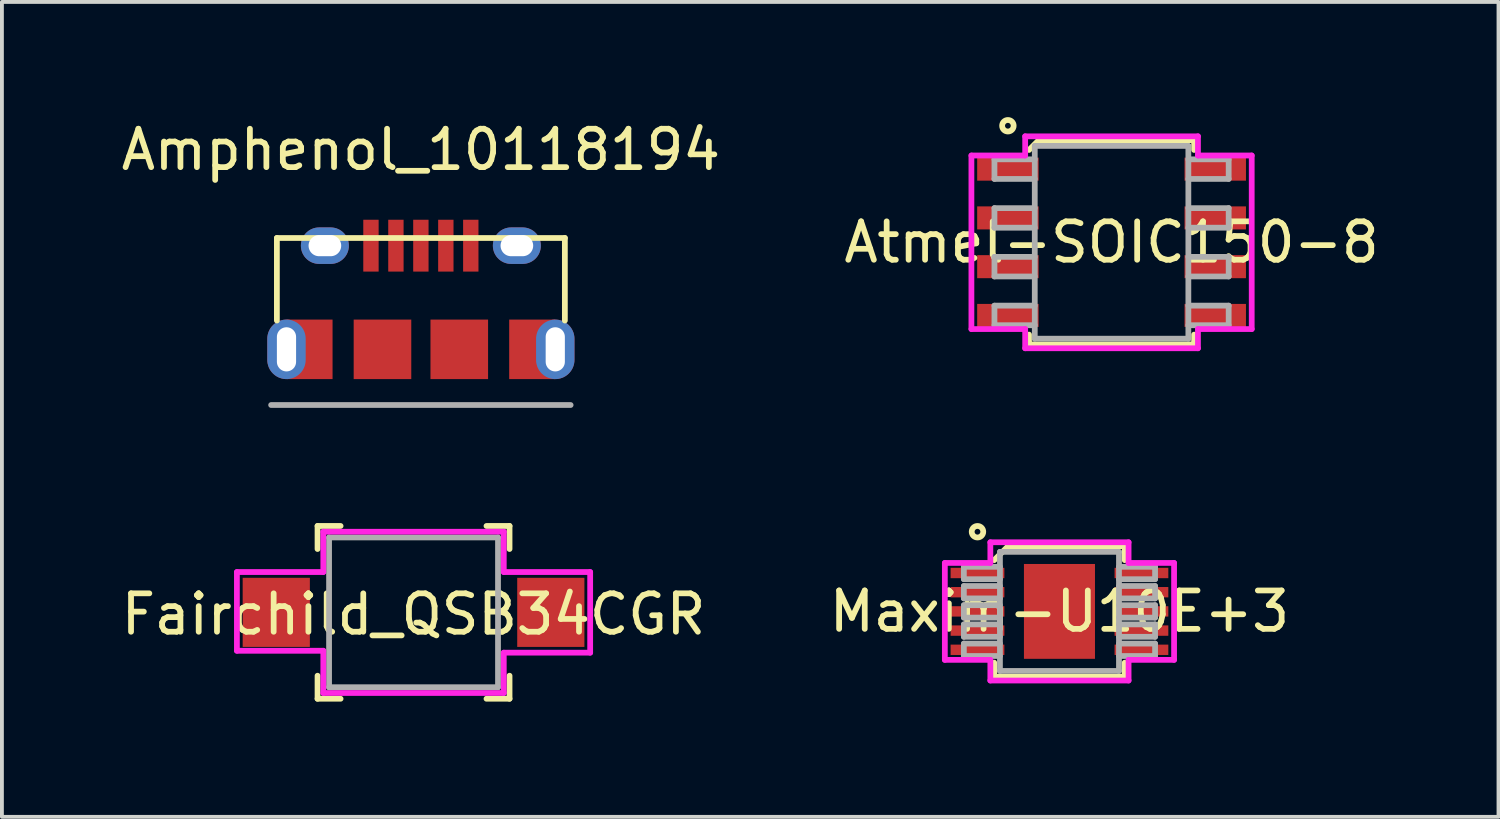
<source format=kicad_pcb>
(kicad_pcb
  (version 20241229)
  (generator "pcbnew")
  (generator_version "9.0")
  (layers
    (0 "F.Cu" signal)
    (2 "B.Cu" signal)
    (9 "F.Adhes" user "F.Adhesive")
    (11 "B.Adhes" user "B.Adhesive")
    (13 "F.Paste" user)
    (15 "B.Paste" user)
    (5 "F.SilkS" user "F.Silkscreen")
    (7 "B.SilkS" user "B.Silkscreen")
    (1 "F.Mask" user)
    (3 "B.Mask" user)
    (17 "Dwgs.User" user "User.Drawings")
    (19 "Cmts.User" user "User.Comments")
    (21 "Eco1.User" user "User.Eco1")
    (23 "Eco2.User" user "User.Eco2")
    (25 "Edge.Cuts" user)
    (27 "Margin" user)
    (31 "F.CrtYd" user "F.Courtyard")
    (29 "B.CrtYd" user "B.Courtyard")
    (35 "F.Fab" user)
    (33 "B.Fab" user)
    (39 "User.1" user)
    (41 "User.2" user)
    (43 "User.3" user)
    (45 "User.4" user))
  (footprint "Fairchild_QSB34CGR"
    (layer "F.Cu")
    (at 7.72 12.898)
    (property "Reference" "Fairchild_QSB34CGR" (at 0 0.05 0) (layer "F.SilkS") (effects (font (size 1 1) (thickness 0.15))))
    (attr through_hole)
    (fp_line (start -2.5 -2.25) (end -2.5 -1.65) (stroke (width 0.15) (type solid)) (layer "F.SilkS"))
    (fp_line (start -2.5 -2.25) (end -1.9 -2.25) (stroke (width 0.15) (type solid)) (layer "F.SilkS"))
    (fp_line (start -2.5 2.25) (end -2.5 1.65) (stroke (width 0.15) (type solid)) (layer "F.SilkS"))
    (fp_line (start -2.5 2.25) (end -1.9 2.25) (stroke (width 0.15) (type solid)) (layer "F.SilkS"))
    (fp_line (start 2.5 -2.25) (end 1.9 -2.25) (stroke (width 0.15) (type solid)) (layer "F.SilkS"))
    (fp_line (start 2.5 -2.25) (end 2.5 -1.65) (stroke (width 0.15) (type solid)) (layer "F.SilkS"))
    (fp_line (start 2.5 2.25) (end 1.9 2.25) (stroke (width 0.15) (type solid)) (layer "F.SilkS"))
    (fp_line (start 2.5 2.25) (end 2.5 1.65) (stroke (width 0.15) (type solid)) (layer "F.SilkS"))
    (fp_line (start -4.6 -1.05) (end -4.6 1) (stroke (width 0.15) (type solid)) (layer "F.CrtYd"))
    (fp_line (start -4.6 1) (end -2.35 1) (stroke (width 0.15) (type solid)) (layer "F.CrtYd"))
    (fp_line (start -2.35 -2.1) (end -2.35 -1.05) (stroke (width 0.15) (type solid)) (layer "F.CrtYd"))
    (fp_line (start -2.35 -1.05) (end -4.6 -1.05) (stroke (width 0.15) (type solid)) (layer "F.CrtYd"))
    (fp_line (start -2.35 1) (end -2.35 2.1) (stroke (width 0.15) (type solid)) (layer "F.CrtYd"))
    (fp_line (start -2.35 2.1) (end 2.35 2.1) (stroke (width 0.15) (type solid)) (layer "F.CrtYd"))
    (fp_line (start 2.35 -2.1) (end -2.35 -2.1) (stroke (width 0.15) (type solid)) (layer "F.CrtYd"))
    (fp_line (start 2.35 -1.05) (end 2.35 -2.1) (stroke (width 0.15) (type solid)) (layer "F.CrtYd"))
    (fp_line (start 2.35 1.05) (end 4.6 1.05) (stroke (width 0.15) (type solid)) (layer "F.CrtYd"))
    (fp_line (start 2.35 2.1) (end 2.35 1.05) (stroke (width 0.15) (type solid)) (layer "F.CrtYd"))
    (fp_line (start 4.6 -1.05) (end 2.35 -1.05) (stroke (width 0.15) (type solid)) (layer "F.CrtYd"))
    (fp_line (start 4.6 1.05) (end 4.6 -1.05) (stroke (width 0.15) (type solid)) (layer "F.CrtYd"))
    (fp_line (start -2.2 -1.95) (end 2.2 -1.95) (stroke (width 0.15) (type solid)) (layer "F.Fab"))
    (fp_line (start -2.2 1.95) (end -2.2 -1.95) (stroke (width 0.15) (type solid)) (layer "F.Fab"))
    (fp_line (start 2.2 -1.95) (end 2.2 1.95) (stroke (width 0.15) (type solid)) (layer "F.Fab"))
    (fp_line (start 2.2 1.95) (end -2.2 1.95) (stroke (width 0.15) (type solid)) (layer "F.Fab"))
    (pad "1" smd rect (at 3.575 0) (size 1.75 1.8) (layers "F.Cu" "F.Mask" "F.Paste"))
    (pad "2" smd rect (at -3.575 0) (size 1.75 1.8) (layers "F.Cu" "F.Mask" "F.Paste")))
  (footprint "Atmel-SOIC150-8"
    (layer "F.Cu")
    (at 25.899 3.26)
    (property "Reference" "Atmel-SOIC150-8" (at 0 0 0) (layer "F.SilkS") (effects (font (size 1 1) (thickness 0.15))))
    (attr through_hole)
    (fp_line (start -2.15 -2.405) (end -1.895 -2.66) (stroke (width 0.15) (type solid)) (layer "F.SilkS"))
    (fp_line (start -2.15 2.66) (end -2.15 2.405) (stroke (width 0.15) (type solid)) (layer "F.SilkS"))
    (fp_line (start -1.895 -2.66) (end 2.15 -2.66) (stroke (width 0.15) (type solid)) (layer "F.SilkS"))
    (fp_line (start 2.15 -2.66) (end 2.15 -2.405) (stroke (width 0.15) (type solid)) (layer "F.SilkS"))
    (fp_line (start 2.15 2.405) (end 2.15 2.66) (stroke (width 0.15) (type solid)) (layer "F.SilkS"))
    (fp_line (start 2.15 2.66) (end -2.15 2.66) (stroke (width 0.15) (type solid)) (layer "F.SilkS"))
    (fp_circle (center -2.7 -3.035) (end -2.7 -2.885) (stroke (width 0.15) (type solid)) (fill no) (layer "F.SilkS"))
    (fp_line (start -3.65 -2.26) (end -2.25 -2.26) (stroke (width 0.15) (type solid)) (layer "F.CrtYd"))
    (fp_line (start -3.65 2.26) (end -3.65 -2.26) (stroke (width 0.15) (type solid)) (layer "F.CrtYd"))
    (fp_line (start -2.25 -2.76) (end 2.25 -2.76) (stroke (width 0.15) (type solid)) (layer "F.CrtYd"))
    (fp_line (start -2.25 -2.26) (end -2.25 -2.76) (stroke (width 0.15) (type solid)) (layer "F.CrtYd"))
    (fp_line (start -2.25 2.26) (end -3.65 2.26) (stroke (width 0.15) (type solid)) (layer "F.CrtYd"))
    (fp_line (start -2.25 2.76) (end -2.25 2.26) (stroke (width 0.15) (type solid)) (layer "F.CrtYd"))
    (fp_line (start 2.25 -2.76) (end 2.25 -2.26) (stroke (width 0.15) (type solid)) (layer "F.CrtYd"))
    (fp_line (start 2.25 -2.26) (end 3.65 -2.26) (stroke (width 0.15) (type solid)) (layer "F.CrtYd"))
    (fp_line (start 2.25 2.26) (end 2.25 2.76) (stroke (width 0.15) (type solid)) (layer "F.CrtYd"))
    (fp_line (start 2.25 2.76) (end -2.25 2.76) (stroke (width 0.15) (type solid)) (layer "F.CrtYd"))
    (fp_line (start 3.65 -2.26) (end 3.65 2.26) (stroke (width 0.15) (type solid)) (layer "F.CrtYd"))
    (fp_line (start 3.65 2.26) (end 2.25 2.26) (stroke (width 0.15) (type solid)) (layer "F.CrtYd"))
    (fp_line (start -3.05 -2.16) (end -3.05 -1.65) (stroke (width 0.15) (type solid)) (layer "F.Fab"))
    (fp_line (start -3.05 -1.65) (end -2 -1.65) (stroke (width 0.15) (type solid)) (layer "F.Fab"))
    (fp_line (start -3.05 -0.89) (end -3.05 -0.38) (stroke (width 0.15) (type solid)) (layer "F.Fab"))
    (fp_line (start -3.05 -0.38) (end -2 -0.38) (stroke (width 0.15) (type solid)) (layer "F.Fab"))
    (fp_line (start -3.05 0.38) (end -3.05 0.89) (stroke (width 0.15) (type solid)) (layer "F.Fab"))
    (fp_line (start -3.05 0.89) (end -2 0.89) (stroke (width 0.15) (type solid)) (layer "F.Fab"))
    (fp_line (start -3.05 1.65) (end -3.05 2.16) (stroke (width 0.15) (type solid)) (layer "F.Fab"))
    (fp_line (start -3.05 2.16) (end -2 2.16) (stroke (width 0.15) (type solid)) (layer "F.Fab"))
    (fp_line (start -2 -2.51) (end 2 -2.51) (stroke (width 0.15) (type solid)) (layer "F.Fab"))
    (fp_line (start -2 -2.16) (end -3.05 -2.16) (stroke (width 0.15) (type solid)) (layer "F.Fab"))
    (fp_line (start -2 -0.89) (end -3.05 -0.89) (stroke (width 0.15) (type solid)) (layer "F.Fab"))
    (fp_line (start -2 0.38) (end -3.05 0.38) (stroke (width 0.15) (type solid)) (layer "F.Fab"))
    (fp_line (start -2 1.65) (end -3.05 1.65) (stroke (width 0.15) (type solid)) (layer "F.Fab"))
    (fp_line (start -2 2.51) (end -2 -2.51) (stroke (width 0.15) (type solid)) (layer "F.Fab"))
    (fp_line (start 2 -2.51) (end 2 2.51) (stroke (width 0.15) (type solid)) (layer "F.Fab"))
    (fp_line (start 2 -1.65) (end 3.05 -1.65) (stroke (width 0.15) (type solid)) (layer "F.Fab"))
    (fp_line (start 2 -0.38) (end 3.05 -0.38) (stroke (width 0.15) (type solid)) (layer "F.Fab"))
    (fp_line (start 2 0.89) (end 3.05 0.89) (stroke (width 0.15) (type solid)) (layer "F.Fab"))
    (fp_line (start 2 2.16) (end 3.05 2.16) (stroke (width 0.15) (type solid)) (layer "F.Fab"))
    (fp_line (start 2 2.51) (end -2 2.51) (stroke (width 0.15) (type solid)) (layer "F.Fab"))
    (fp_line (start 3.05 -2.16) (end 2 -2.16) (stroke (width 0.15) (type solid)) (layer "F.Fab"))
    (fp_line (start 3.05 -1.65) (end 3.05 -2.16) (stroke (width 0.15) (type solid)) (layer "F.Fab"))
    (fp_line (start 3.05 -0.89) (end 2 -0.89) (stroke (width 0.15) (type solid)) (layer "F.Fab"))
    (fp_line (start 3.05 -0.38) (end 3.05 -0.89) (stroke (width 0.15) (type solid)) (layer "F.Fab"))
    (fp_line (start 3.05 0.38) (end 2 0.38) (stroke (width 0.15) (type solid)) (layer "F.Fab"))
    (fp_line (start 3.05 0.89) (end 3.05 0.38) (stroke (width 0.15) (type solid)) (layer "F.Fab"))
    (fp_line (start 3.05 1.65) (end 2 1.65) (stroke (width 0.15) (type solid)) (layer "F.Fab"))
    (fp_line (start 3.05 2.16) (end 3.05 1.65) (stroke (width 0.15) (type solid)) (layer "F.Fab"))
    (pad "1" smd rect (at -2.7 -1.905) (size 1.6 0.6) (layers "F.Cu" "F.Mask" "F.Paste"))
    (pad "2" smd rect (at -2.7 -0.635) (size 1.6 0.6) (layers "F.Cu" "F.Mask" "F.Paste"))
    (pad "3" smd rect (at -2.7 0.635) (size 1.6 0.6) (layers "F.Cu" "F.Mask" "F.Paste"))
    (pad "4" smd rect (at -2.7 1.905) (size 1.6 0.6) (layers "F.Cu" "F.Mask" "F.Paste"))
    (pad "5" smd rect (at 2.7 1.905) (size 1.6 0.6) (layers "F.Cu" "F.Mask" "F.Paste"))
    (pad "6" smd rect (at 2.7 0.635) (size 1.6 0.6) (layers "F.Cu" "F.Mask" "F.Paste"))
    (pad "7" smd rect (at 2.7 -0.635) (size 1.6 0.6) (layers "F.Cu" "F.Mask" "F.Paste"))
    (pad "8" smd rect (at 2.7 -1.905) (size 1.6 0.6) (layers "F.Cu" "F.Mask" "F.Paste")))
  (footprint "Amphenol_10118194"
    (layer "F.Cu")
    (at 7.911 3.348)
    (property "Reference" "Amphenol_10118194" (at 0 -2.5 0) (layer "F.SilkS") (effects (font (size 1 1) (thickness 0.15))))
    (attr through_hole)
    (fp_line (start -3.75 -0.2) (end 3.75 -0.2) (stroke (width 0.15) (type solid)) (layer "F.SilkS"))
    (fp_line (start -3.75 1.95) (end -3.75 -0.2) (stroke (width 0.15) (type solid)) (layer "F.SilkS"))
    (fp_line (start 3.75 1.95) (end 3.75 -0.2) (stroke (width 0.15) (type solid)) (layer "F.SilkS"))
    (fp_line (start 3.9 4.15) (end -3.9 4.15) (stroke (width 0.15) (type solid)) (layer "F.Fab"))
    (pad "1" smd rect (at -1.3 0) (size 0.4 1.35) (layers "F.Cu" "F.Mask" "F.Paste"))
    (pad "2" smd rect (at -0.65 0) (size 0.4 1.35) (layers "F.Cu" "F.Mask" "F.Paste"))
    (pad "3" smd rect (at 0 0) (size 0.4 1.35) (layers "F.Cu" "F.Mask" "F.Paste"))
    (pad "4" smd rect (at 0.65 0) (size 0.4 1.35) (layers "F.Cu" "F.Mask" "F.Paste"))
    (pad "5" smd rect (at 1.3 0) (size 0.4 1.35) (layers "F.Cu" "F.Mask" "F.Paste"))
    (pad "6" thru_hole oval (at -3.5 2.7 180) (size 1 1.55) (drill oval 0.5 1.15) (layers "*.Cu" "*.Mask"))
    (pad "6" smd rect (at -2.9 2.7) (size 1.2 1.55) (layers "F.Cu" "F.Mask" "F.Paste"))
    (pad "6" thru_hole oval (at -2.5 0) (size 1.25 0.95) (drill oval 0.85 0.55) (layers "*.Cu" "*.Mask"))
    (pad "6" smd rect (at -1 2.7) (size 1.5 1.55) (layers "F.Cu" "F.Mask" "F.Paste"))
    (pad "6" smd rect (at 1 2.7) (size 1.5 1.55) (layers "F.Cu" "F.Mask" "F.Paste"))
    (pad "6" thru_hole oval (at 2.5 0) (size 1.25 0.95) (drill oval 0.85 0.55) (layers "*.Cu" "*.Mask"))
    (pad "6" smd rect (at 2.9 2.7) (size 1.2 1.55) (layers "F.Cu" "F.Mask" "F.Paste"))
    (pad "6" thru_hole oval (at 3.5 2.7) (size 1 1.55) (drill oval 0.5 1.15) (layers "*.Cu" "*.Mask")))
  (footprint "Maxim-U10E+3"
    (layer "F.Cu")
    (at 24.542 12.873)
    (property "Reference" "Maxim-U10E+3" (at 0 0 0) (layer "F.SilkS") (effects (font (size 1 1) (thickness 0.15))))
    (attr through_hole)
    (fp_line (start -1.7 -1.335) (end -1.335 -1.7) (stroke (width 0.15) (type solid)) (layer "F.SilkS"))
    (fp_line (start -1.7 1.7) (end -1.7 1.335) (stroke (width 0.15) (type solid)) (layer "F.SilkS"))
    (fp_line (start -1.335 -1.7) (end 1.7 -1.7) (stroke (width 0.15) (type solid)) (layer "F.SilkS"))
    (fp_line (start 1.7 -1.7) (end 1.7 -1.335) (stroke (width 0.15) (type solid)) (layer "F.SilkS"))
    (fp_line (start 1.7 1.335) (end 1.7 1.7) (stroke (width 0.15) (type solid)) (layer "F.SilkS"))
    (fp_line (start 1.7 1.7) (end -1.7 1.7) (stroke (width 0.15) (type solid)) (layer "F.SilkS"))
    (fp_circle (center -2.135 -2.075) (end -2.135 -1.925) (stroke (width 0.15) (type solid)) (fill no) (layer "F.SilkS"))
    (fp_line (start -2.985 -1.262) (end -1.8 -1.262) (stroke (width 0.15) (type solid)) (layer "F.CrtYd"))
    (fp_line (start -2.985 1.262) (end -2.985 -1.262) (stroke (width 0.15) (type solid)) (layer "F.CrtYd"))
    (fp_line (start -1.8 -1.8) (end 1.8 -1.8) (stroke (width 0.15) (type solid)) (layer "F.CrtYd"))
    (fp_line (start -1.8 -1.262) (end -1.8 -1.8) (stroke (width 0.15) (type solid)) (layer "F.CrtYd"))
    (fp_line (start -1.8 1.262) (end -2.985 1.262) (stroke (width 0.15) (type solid)) (layer "F.CrtYd"))
    (fp_line (start -1.8 1.8) (end -1.8 1.262) (stroke (width 0.15) (type solid)) (layer "F.CrtYd"))
    (fp_line (start 1.8 -1.8) (end 1.8 -1.262) (stroke (width 0.15) (type solid)) (layer "F.CrtYd"))
    (fp_line (start 1.8 -1.262) (end 2.985 -1.262) (stroke (width 0.15) (type solid)) (layer "F.CrtYd"))
    (fp_line (start 1.8 1.262) (end 1.8 1.8) (stroke (width 0.15) (type solid)) (layer "F.CrtYd"))
    (fp_line (start 1.8 1.8) (end -1.8 1.8) (stroke (width 0.15) (type solid)) (layer "F.CrtYd"))
    (fp_line (start 2.985 -1.262) (end 2.985 1.262) (stroke (width 0.15) (type solid)) (layer "F.CrtYd"))
    (fp_line (start 2.985 1.262) (end 1.8 1.262) (stroke (width 0.15) (type solid)) (layer "F.CrtYd"))
    (fp_line (start -2.49 -1.161) (end -2.49 -0.839) (stroke (width 0.15) (type solid)) (layer "F.Fab"))
    (fp_line (start -2.49 -0.839) (end -1.55 -0.839) (stroke (width 0.15) (type solid)) (layer "F.Fab"))
    (fp_line (start -2.49 -0.661) (end -2.49 -0.339) (stroke (width 0.15) (type solid)) (layer "F.Fab"))
    (fp_line (start -2.49 -0.339) (end -1.55 -0.339) (stroke (width 0.15) (type solid)) (layer "F.Fab"))
    (fp_line (start -2.49 -0.162) (end -2.49 0.162) (stroke (width 0.15) (type solid)) (layer "F.Fab"))
    (fp_line (start -2.49 0.162) (end -1.55 0.162) (stroke (width 0.15) (type solid)) (layer "F.Fab"))
    (fp_line (start -2.49 0.339) (end -2.49 0.661) (stroke (width 0.15) (type solid)) (layer "F.Fab"))
    (fp_line (start -2.49 0.661) (end -1.55 0.661) (stroke (width 0.15) (type solid)) (layer "F.Fab"))
    (fp_line (start -2.49 0.839) (end -2.49 1.161) (stroke (width 0.15) (type solid)) (layer "F.Fab"))
    (fp_line (start -2.49 1.161) (end -1.55 1.161) (stroke (width 0.15) (type solid)) (layer "F.Fab"))
    (fp_line (start -1.55 -1.55) (end 1.55 -1.55) (stroke (width 0.15) (type solid)) (layer "F.Fab"))
    (fp_line (start -1.55 -1.161) (end -2.49 -1.161) (stroke (width 0.15) (type solid)) (layer "F.Fab"))
    (fp_line (start -1.55 -0.661) (end -2.49 -0.661) (stroke (width 0.15) (type solid)) (layer "F.Fab"))
    (fp_line (start -1.55 -0.162) (end -2.49 -0.162) (stroke (width 0.15) (type solid)) (layer "F.Fab"))
    (fp_line (start -1.55 0.339) (end -2.49 0.339) (stroke (width 0.15) (type solid)) (layer "F.Fab"))
    (fp_line (start -1.55 0.839) (end -2.49 0.839) (stroke (width 0.15) (type solid)) (layer "F.Fab"))
    (fp_line (start -1.55 1.55) (end -1.55 -1.55) (stroke (width 0.15) (type solid)) (layer "F.Fab"))
    (fp_line (start 1.55 -1.55) (end 1.55 1.55) (stroke (width 0.15) (type solid)) (layer "F.Fab"))
    (fp_line (start 1.55 -0.839) (end 2.49 -0.839) (stroke (width 0.15) (type solid)) (layer "F.Fab"))
    (fp_line (start 1.55 -0.339) (end 2.49 -0.339) (stroke (width 0.15) (type solid)) (layer "F.Fab"))
    (fp_line (start 1.55 0.162) (end 2.49 0.162) (stroke (width 0.15) (type solid)) (layer "F.Fab"))
    (fp_line (start 1.55 0.661) (end 2.49 0.661) (stroke (width 0.15) (type solid)) (layer "F.Fab"))
    (fp_line (start 1.55 1.161) (end 2.49 1.161) (stroke (width 0.15) (type solid)) (layer "F.Fab"))
    (fp_line (start 1.55 1.55) (end -1.55 1.55) (stroke (width 0.15) (type solid)) (layer "F.Fab"))
    (fp_line (start 2.49 -1.161) (end 1.55 -1.161) (stroke (width 0.15) (type solid)) (layer "F.Fab"))
    (fp_line (start 2.49 -0.839) (end 2.49 -1.161) (stroke (width 0.15) (type solid)) (layer "F.Fab"))
    (fp_line (start 2.49 -0.661) (end 1.55 -0.661) (stroke (width 0.15) (type solid)) (layer "F.Fab"))
    (fp_line (start 2.49 -0.339) (end 2.49 -0.661) (stroke (width 0.15) (type solid)) (layer "F.Fab"))
    (fp_line (start 2.49 -0.162) (end 1.55 -0.162) (stroke (width 0.15) (type solid)) (layer "F.Fab"))
    (fp_line (start 2.49 0.162) (end 2.49 -0.162) (stroke (width 0.15) (type solid)) (layer "F.Fab"))
    (fp_line (start 2.49 0.339) (end 1.55 0.339) (stroke (width 0.15) (type solid)) (layer "F.Fab"))
    (fp_line (start 2.49 0.661) (end 2.49 0.339) (stroke (width 0.15) (type solid)) (layer "F.Fab"))
    (fp_line (start 2.49 0.839) (end 1.55 0.839) (stroke (width 0.15) (type solid)) (layer "F.Fab"))
    (fp_line (start 2.49 1.161) (end 2.49 0.839) (stroke (width 0.15) (type solid)) (layer "F.Fab"))
    (pad "1" smd rect (at -2.135 -1) (size 1.4 0.27) (layers "F.Cu" "F.Mask" "F.Paste"))
    (pad "2" smd rect (at -2.135 -0.5) (size 1.4 0.27) (layers "F.Cu" "F.Mask" "F.Paste"))
    (pad "3" smd rect (at -2.135 0) (size 1.4 0.27) (layers "F.Cu" "F.Mask" "F.Paste"))
    (pad "4" smd rect (at -2.135 0.5) (size 1.4 0.27) (layers "F.Cu" "F.Mask" "F.Paste"))
    (pad "5" smd rect (at -2.135 1) (size 1.4 0.27) (layers "F.Cu" "F.Mask" "F.Paste"))
    (pad "6" smd rect (at 2.135 1) (size 1.4 0.27) (layers "F.Cu" "F.Mask" "F.Paste"))
    (pad "7" smd rect (at 2.135 0.5) (size 1.4 0.27) (layers "F.Cu" "F.Mask" "F.Paste"))
    (pad "8" smd rect (at 2.135 0) (size 1.4 0.27) (layers "F.Cu" "F.Mask" "F.Paste"))
    (pad "9" smd rect (at 2.135 -0.5) (size 1.4 0.27) (layers "F.Cu" "F.Mask" "F.Paste"))
    (pad "10" smd rect (at 2.135 -1) (size 1.4 0.27) (layers "F.Cu" "F.Mask" "F.Paste"))
    (pad "11" smd rect (at 0 0) (size 1.85 2.47) (layers "F.Cu" "F.Mask" "F.Paste")))
  (gr_rect
    (start -3 -3)
    (end 35.976 18.223)
    (stroke (width 0.1) (type default))
    (fill no)
    (layer "Edge.Cuts")))
</source>
